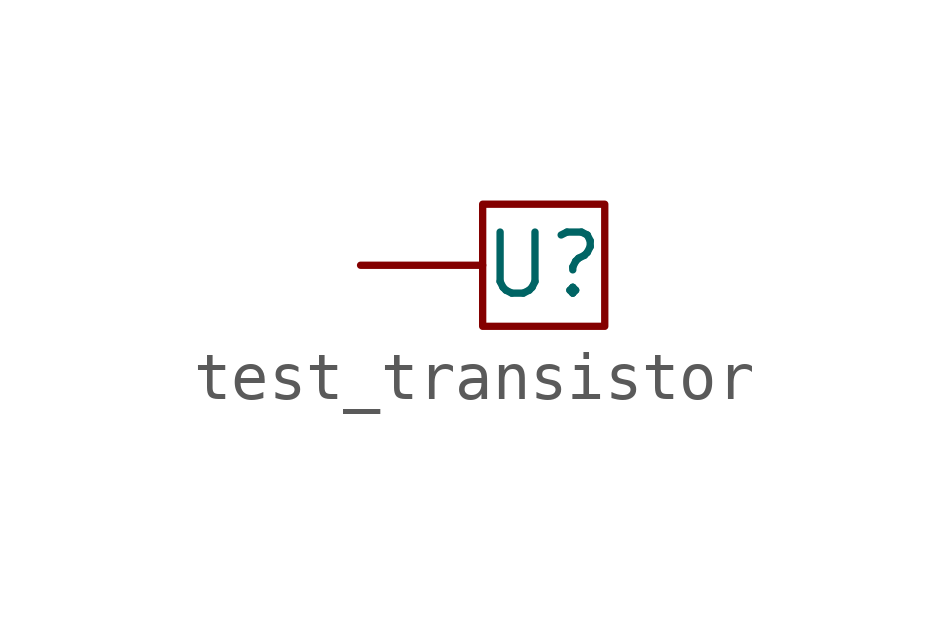
<source format=kicad_sym>
(kicad_symbol_lib
  (version 20220914)
  (generator kicad_symbol_editor)
  (symbol "test_transistor"
    (property "Reference" "U"
      (at 0 0 0)
      (effects (font (size 1.27 1.27))))
    (property "Value" ""
      (at 0 0 0)
      (effects (font (size 1.27 1.27))))
    (symbol "test_transistor_0_1"
      (rectangle (start -1.27 1.27) (end 1.27 -1.27) (stroke (width 0) (type default)) (fill (type none))))
    (symbol "test_transistor_1_1"
      (pin input line (at -3.81 0 0) (length 2.54) (name "" (effects (font (size 1.27 1.27)))) (number "" (effects (font (size 1.27 1.27))))))))
</source>
